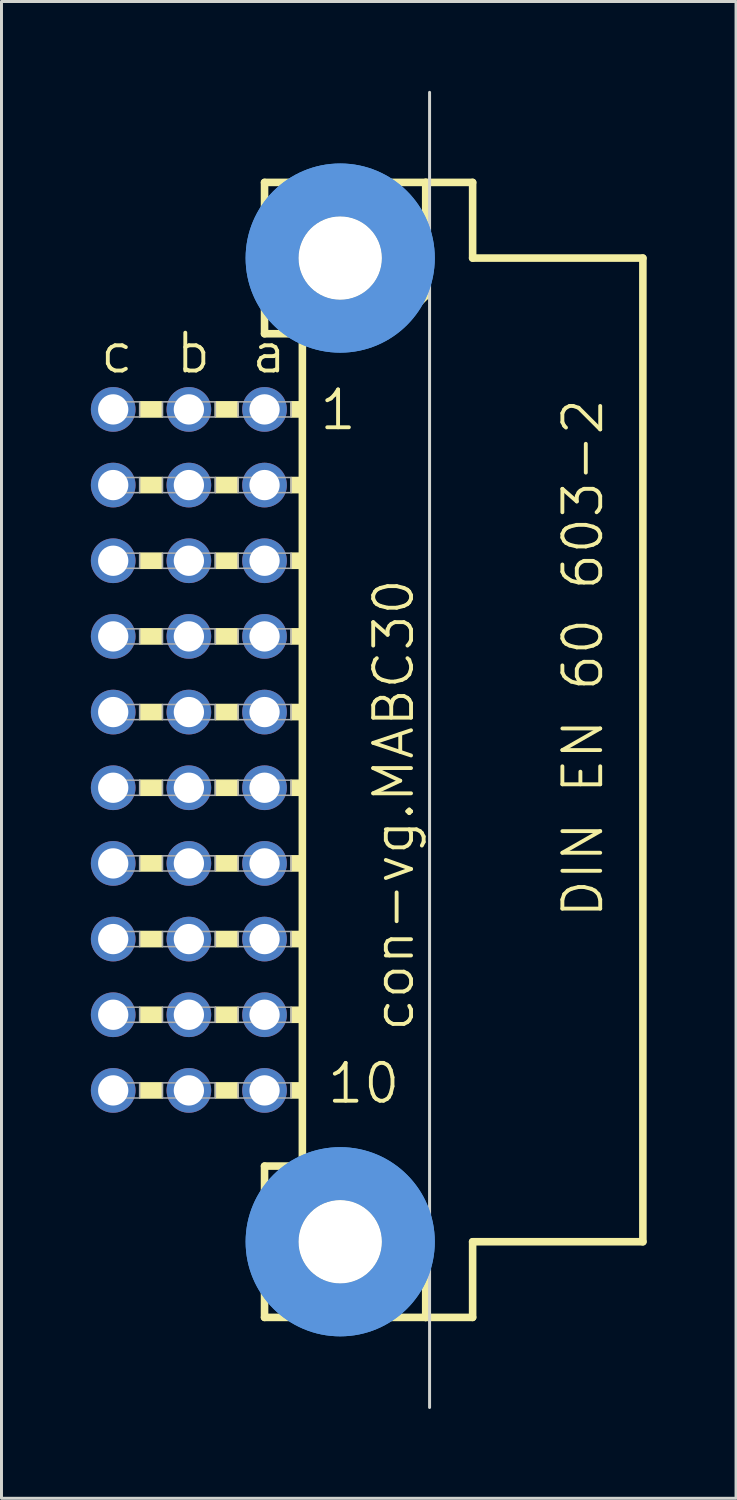
<source format=kicad_pcb>
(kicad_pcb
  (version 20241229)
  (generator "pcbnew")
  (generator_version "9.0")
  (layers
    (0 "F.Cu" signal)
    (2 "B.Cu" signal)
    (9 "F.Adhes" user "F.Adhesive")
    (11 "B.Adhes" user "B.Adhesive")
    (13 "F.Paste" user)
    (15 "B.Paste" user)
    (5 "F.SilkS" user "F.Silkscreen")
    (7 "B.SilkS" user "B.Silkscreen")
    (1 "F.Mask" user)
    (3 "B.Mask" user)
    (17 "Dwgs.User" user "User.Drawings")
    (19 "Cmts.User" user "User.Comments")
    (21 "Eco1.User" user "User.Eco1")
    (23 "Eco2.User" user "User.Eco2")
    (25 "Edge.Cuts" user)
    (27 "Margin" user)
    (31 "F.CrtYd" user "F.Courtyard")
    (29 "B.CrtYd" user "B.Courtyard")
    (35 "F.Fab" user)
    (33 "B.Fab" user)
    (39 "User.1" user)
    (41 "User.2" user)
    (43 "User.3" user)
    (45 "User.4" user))
  (footprint "con-vg.MABC30"
    (layer "F.Cu")
    (at 5.83 22.123)
    (property "Reference" "con-vg.MABC30" (at 5.08 9.525 90) (layer "F.SilkS") (effects (font (size 1.27 1.27) (thickness 0.13)) (justify left bottom)))
    (attr through_hole)
    (fp_line (start 0 -19.05) (end 0 -13.97) (stroke (width 0.254) (type default)) (layer "F.SilkS"))
    (fp_line (start 0 -13.97) (end 1.27 -13.97) (stroke (width 0.254) (type default)) (layer "F.SilkS"))
    (fp_line (start 0 13.97) (end 0 19.05) (stroke (width 0.254) (type default)) (layer "F.SilkS"))
    (fp_line (start 0 13.97) (end 3.81 13.97) (stroke (width 0.254) (type default)) (layer "F.SilkS"))
    (fp_line (start 0 19.05) (end 5.41 19.05) (stroke (width 0.254) (type default)) (layer "F.SilkS"))
    (fp_line (start 1.27 -13.97) (end 1.27 13.843) (stroke (width 0.254) (type default)) (layer "F.SilkS"))
    (fp_line (start 1.27 -13.97) (end 4.14 -13.97) (stroke (width 0.254) (type default)) (layer "F.SilkS"))
    (fp_line (start 4.14 -13.97) (end 5.41 -15.24) (stroke (width 0.254) (type default)) (layer "F.SilkS"))
    (fp_line (start 5.41 -19.05) (end 0 -19.05) (stroke (width 0.254) (type default)) (layer "F.SilkS"))
    (fp_line (start 5.41 -15.24) (end 5.41 -19.05) (stroke (width 0.254) (type default)) (layer "F.SilkS"))
    (fp_line (start 5.41 15.57) (end 3.81 13.97) (stroke (width 0.254) (type default)) (layer "F.SilkS"))
    (fp_line (start 5.41 15.57) (end 5.41 19.05) (stroke (width 0.254) (type default)) (layer "F.SilkS"))
    (fp_line (start 5.41 19.05) (end 6.985 19.05) (stroke (width 0.254) (type default)) (layer "F.SilkS"))
    (fp_line (start 5.54 -15.875) (end 5.54 15.875) (stroke (width 0.051) (type default)) (layer "F.SilkS"))
    (fp_line (start 6.985 -19.05) (end 5.41 -19.05) (stroke (width 0.254) (type default)) (layer "F.SilkS"))
    (fp_line (start 6.985 -16.51) (end 6.985 -19.05) (stroke (width 0.254) (type default)) (layer "F.SilkS"))
    (fp_line (start 6.985 16.51) (end 12.7 16.51) (stroke (width 0.254) (type default)) (layer "F.SilkS"))
    (fp_line (start 6.985 19.05) (end 6.985 16.51) (stroke (width 0.254) (type default)) (layer "F.SilkS"))
    (fp_line (start 12.7 -16.51) (end 6.985 -16.51) (stroke (width 0.254) (type default)) (layer "F.SilkS"))
    (fp_line (start 12.7 16.51) (end 12.7 -16.51) (stroke (width 0.254) (type default)) (layer "F.SilkS"))
    (fp_rect (start -4.191 -11.176) (end -3.429 -11.684) (stroke (width 0.05) (type default)) (fill yes) (layer "F.SilkS"))
    (fp_rect (start -4.191 -8.636) (end -3.429 -9.144) (stroke (width 0.05) (type default)) (fill yes) (layer "F.SilkS"))
    (fp_rect (start -4.191 -6.096) (end -3.429 -6.604) (stroke (width 0.05) (type default)) (fill yes) (layer "F.SilkS"))
    (fp_rect (start -4.191 -3.556) (end -3.429 -4.064) (stroke (width 0.05) (type default)) (fill yes) (layer "F.SilkS"))
    (fp_rect (start -4.191 -1.016) (end -3.429 -1.524) (stroke (width 0.05) (type default)) (fill yes) (layer "F.SilkS"))
    (fp_rect (start -4.191 1.524) (end -3.429 1.016) (stroke (width 0.05) (type default)) (fill yes) (layer "F.SilkS"))
    (fp_rect (start -4.191 4.064) (end -3.429 3.556) (stroke (width 0.05) (type default)) (fill yes) (layer "F.SilkS"))
    (fp_rect (start -4.191 6.604) (end -3.429 6.096) (stroke (width 0.05) (type default)) (fill yes) (layer "F.SilkS"))
    (fp_rect (start -4.191 9.144) (end -3.429 8.636) (stroke (width 0.05) (type default)) (fill yes) (layer "F.SilkS"))
    (fp_rect (start -4.191 11.684) (end -3.429 11.176) (stroke (width 0.05) (type default)) (fill yes) (layer "F.SilkS"))
    (fp_rect (start -1.651 -11.176) (end -0.889 -11.684) (stroke (width 0.05) (type default)) (fill yes) (layer "F.SilkS"))
    (fp_rect (start -1.651 -8.636) (end -0.889 -9.144) (stroke (width 0.05) (type default)) (fill yes) (layer "F.SilkS"))
    (fp_rect (start -1.651 -6.096) (end -0.889 -6.604) (stroke (width 0.05) (type default)) (fill yes) (layer "F.SilkS"))
    (fp_rect (start -1.651 -3.556) (end -0.889 -4.064) (stroke (width 0.05) (type default)) (fill yes) (layer "F.SilkS"))
    (fp_rect (start -1.651 -1.016) (end -0.889 -1.524) (stroke (width 0.05) (type default)) (fill yes) (layer "F.SilkS"))
    (fp_rect (start -1.651 1.524) (end -0.889 1.016) (stroke (width 0.05) (type default)) (fill yes) (layer "F.SilkS"))
    (fp_rect (start -1.651 4.064) (end -0.889 3.556) (stroke (width 0.05) (type default)) (fill yes) (layer "F.SilkS"))
    (fp_rect (start -1.651 6.604) (end -0.889 6.096) (stroke (width 0.05) (type default)) (fill yes) (layer "F.SilkS"))
    (fp_rect (start -1.651 9.144) (end -0.889 8.636) (stroke (width 0.05) (type default)) (fill yes) (layer "F.SilkS"))
    (fp_rect (start -1.651 11.684) (end -0.889 11.176) (stroke (width 0.05) (type default)) (fill yes) (layer "F.SilkS"))
    (fp_rect (start 0.889 -11.176) (end 1.27 -11.684) (stroke (width 0.05) (type default)) (fill yes) (layer "F.SilkS"))
    (fp_rect (start 0.889 -8.636) (end 1.27 -9.144) (stroke (width 0.05) (type default)) (fill yes) (layer "F.SilkS"))
    (fp_rect (start 0.889 -6.096) (end 1.27 -6.604) (stroke (width 0.05) (type default)) (fill yes) (layer "F.SilkS"))
    (fp_rect (start 0.889 -3.556) (end 1.27 -4.064) (stroke (width 0.05) (type default)) (fill yes) (layer "F.SilkS"))
    (fp_rect (start 0.889 -1.016) (end 1.27 -1.524) (stroke (width 0.05) (type default)) (fill yes) (layer "F.SilkS"))
    (fp_rect (start 0.889 1.524) (end 1.27 1.016) (stroke (width 0.05) (type default)) (fill yes) (layer "F.SilkS"))
    (fp_rect (start 0.889 4.064) (end 1.27 3.556) (stroke (width 0.05) (type default)) (fill yes) (layer "F.SilkS"))
    (fp_rect (start 0.889 6.604) (end 1.27 6.096) (stroke (width 0.05) (type default)) (fill yes) (layer "F.SilkS"))
    (fp_rect (start 0.889 9.144) (end 1.27 8.636) (stroke (width 0.05) (type default)) (fill yes) (layer "F.SilkS"))
    (fp_rect (start 0.889 11.684) (end 1.27 11.176) (stroke (width 0.05) (type default)) (fill yes) (layer "F.SilkS"))
    (fp_circle (center 2.54 -16.51) (end 3.81 -16.51) (stroke (width 0.254) (type default)) (fill no) (layer "F.SilkS"))
    (fp_circle (center 2.54 16.51) (end 3.81 16.51) (stroke (width 0.254) (type default)) (fill no) (layer "F.SilkS"))
    (fp_circle (center 2.54 -16.51) (end 4.826 -16.51) (stroke (width 1.778) (type default)) (fill no) (layer "Cmts.User"))
    (fp_circle (center 2.54 -16.51) (end 4.826 -16.51) (stroke (width 1.778) (type default)) (fill no) (layer "Cmts.User"))
    (fp_circle (center 2.54 16.51) (end 4.826 16.51) (stroke (width 1.778) (type default)) (fill no) (layer "Cmts.User"))
    (fp_circle (center 2.54 16.51) (end 4.826 16.51) (stroke (width 1.778) (type default)) (fill no) (layer "Cmts.User"))
    (fp_line (start 5.54 22.073) (end 5.54 -22.073) (stroke (width 0.1) (type default)) (layer "Edge.Cuts"))
    (fp_rect (start -5.334 -11.176) (end -4.191 -11.684) (stroke (width 0.05) (type default)) (fill no) (layer "F.Fab"))
    (fp_rect (start -5.334 -8.636) (end -4.191 -9.144) (stroke (width 0.05) (type default)) (fill no) (layer "F.Fab"))
    (fp_rect (start -5.334 -6.096) (end -4.191 -6.604) (stroke (width 0.05) (type default)) (fill no) (layer "F.Fab"))
    (fp_rect (start -5.334 -3.556) (end -4.191 -4.064) (stroke (width 0.05) (type default)) (fill no) (layer "F.Fab"))
    (fp_rect (start -5.334 -1.016) (end -4.191 -1.524) (stroke (width 0.05) (type default)) (fill no) (layer "F.Fab"))
    (fp_rect (start -5.334 1.524) (end -4.191 1.016) (stroke (width 0.05) (type default)) (fill no) (layer "F.Fab"))
    (fp_rect (start -5.334 4.064) (end -4.191 3.556) (stroke (width 0.05) (type default)) (fill no) (layer "F.Fab"))
    (fp_rect (start -5.334 6.604) (end -4.191 6.096) (stroke (width 0.05) (type default)) (fill no) (layer "F.Fab"))
    (fp_rect (start -5.334 9.144) (end -4.191 8.636) (stroke (width 0.05) (type default)) (fill no) (layer "F.Fab"))
    (fp_rect (start -5.334 11.684) (end -4.191 11.176) (stroke (width 0.05) (type default)) (fill no) (layer "F.Fab"))
    (fp_rect (start -3.429 -11.176) (end -1.651 -11.684) (stroke (width 0.05) (type default)) (fill no) (layer "F.Fab"))
    (fp_rect (start -3.429 -8.636) (end -1.651 -9.144) (stroke (width 0.05) (type default)) (fill no) (layer "F.Fab"))
    (fp_rect (start -3.429 -6.096) (end -1.651 -6.604) (stroke (width 0.05) (type default)) (fill no) (layer "F.Fab"))
    (fp_rect (start -3.429 -3.556) (end -1.651 -4.064) (stroke (width 0.05) (type default)) (fill no) (layer "F.Fab"))
    (fp_rect (start -3.429 -1.016) (end -1.651 -1.524) (stroke (width 0.05) (type default)) (fill no) (layer "F.Fab"))
    (fp_rect (start -3.429 1.524) (end -1.651 1.016) (stroke (width 0.05) (type default)) (fill no) (layer "F.Fab"))
    (fp_rect (start -3.429 4.064) (end -1.651 3.556) (stroke (width 0.05) (type default)) (fill no) (layer "F.Fab"))
    (fp_rect (start -3.429 6.604) (end -1.651 6.096) (stroke (width 0.05) (type default)) (fill no) (layer "F.Fab"))
    (fp_rect (start -3.429 9.144) (end -1.651 8.636) (stroke (width 0.05) (type default)) (fill no) (layer "F.Fab"))
    (fp_rect (start -3.429 11.684) (end -1.651 11.176) (stroke (width 0.05) (type default)) (fill no) (layer "F.Fab"))
    (fp_rect (start -0.889 -11.176) (end 0.889 -11.684) (stroke (width 0.05) (type default)) (fill no) (layer "F.Fab"))
    (fp_rect (start -0.889 -8.636) (end 0.889 -9.144) (stroke (width 0.05) (type default)) (fill no) (layer "F.Fab"))
    (fp_rect (start -0.889 -6.096) (end 0.889 -6.604) (stroke (width 0.05) (type default)) (fill no) (layer "F.Fab"))
    (fp_rect (start -0.889 -3.556) (end 0.889 -4.064) (stroke (width 0.05) (type default)) (fill no) (layer "F.Fab"))
    (fp_rect (start -0.889 -1.016) (end 0.889 -1.524) (stroke (width 0.05) (type default)) (fill no) (layer "F.Fab"))
    (fp_rect (start -0.889 1.524) (end 0.889 1.016) (stroke (width 0.05) (type default)) (fill no) (layer "F.Fab"))
    (fp_rect (start -0.889 4.064) (end 0.889 3.556) (stroke (width 0.05) (type default)) (fill no) (layer "F.Fab"))
    (fp_rect (start -0.889 6.604) (end 0.889 6.096) (stroke (width 0.05) (type default)) (fill no) (layer "F.Fab"))
    (fp_rect (start -0.889 9.144) (end 0.889 8.636) (stroke (width 0.05) (type default)) (fill no) (layer "F.Fab"))
    (fp_rect (start -0.889 11.684) (end 0.889 11.176) (stroke (width 0.05) (type default)) (fill no) (layer "F.Fab"))
    (fp_text user "c" (at -5.588 -12.573 0) (layer "F.SilkS") (effects (font (size 1.27 1.27) (thickness 0.13)) (justify left bottom)))
    (fp_text user "DIN EN 60 603-2" (at 11.43 5.715 90) (layer "F.SilkS") (effects (font (size 1.27 1.27) (thickness 0.13)) (justify left bottom)))
    (fp_text user "1" (at 1.778 -10.668 0) (layer "F.SilkS") (effects (font (size 1.27 1.27) (thickness 0.13)) (justify left bottom)))
    (fp_text user "a" (at -0.508 -12.573 0) (layer "F.SilkS") (effects (font (size 1.27 1.27) (thickness 0.13)) (justify left bottom)))
    (fp_text user "10" (at 2.032 11.938 0) (layer "F.SilkS") (effects (font (size 1.27 1.27) (thickness 0.13)) (justify left bottom)))
    (fp_text user "b" (at -3.048 -12.573 0) (layer "F.SilkS") (effects (font (size 1.27 1.27) (thickness 0.13)) (justify left bottom)))
    (pad "" np_thru_hole circle (at 2.54 -16.51) (size 2.794 2.794) (drill 2.794) (layers "*.Cu" "*.Mask"))
    (pad "" np_thru_hole circle (at 2.54 16.51) (size 2.794 2.794) (drill 2.794) (layers "*.Cu" "*.Mask"))
    (pad "A1" thru_hole circle (at 0 -11.43) (size 1.5 1.5) (drill 1.016) (layers "*.Cu" "*.Mask"))
    (pad "A2" thru_hole circle (at 0 -8.89) (size 1.5 1.5) (drill 1.016) (layers "*.Cu" "*.Mask"))
    (pad "A3" thru_hole circle (at 0 -6.35) (size 1.5 1.5) (drill 1.016) (layers "*.Cu" "*.Mask"))
    (pad "A4" thru_hole circle (at 0 -3.81) (size 1.5 1.5) (drill 1.016) (layers "*.Cu" "*.Mask"))
    (pad "A5" thru_hole circle (at 0 -1.27) (size 1.5 1.5) (drill 1.016) (layers "*.Cu" "*.Mask"))
    (pad "A6" thru_hole circle (at 0 1.27) (size 1.5 1.5) (drill 1.016) (layers "*.Cu" "*.Mask"))
    (pad "A7" thru_hole circle (at 0 3.81) (size 1.5 1.5) (drill 1.016) (layers "*.Cu" "*.Mask"))
    (pad "A8" thru_hole circle (at 0 6.35) (size 1.5 1.5) (drill 1.016) (layers "*.Cu" "*.Mask"))
    (pad "A9" thru_hole circle (at 0 8.89) (size 1.5 1.5) (drill 1.016) (layers "*.Cu" "*.Mask"))
    (pad "A10" thru_hole circle (at 0 11.43) (size 1.5 1.5) (drill 1.016) (layers "*.Cu" "*.Mask"))
    (pad "B1" thru_hole circle (at -2.54 -11.43) (size 1.5 1.5) (drill 1.016) (layers "*.Cu" "*.Mask"))
    (pad "B2" thru_hole circle (at -2.54 -8.89) (size 1.5 1.5) (drill 1.016) (layers "*.Cu" "*.Mask"))
    (pad "B3" thru_hole circle (at -2.54 -6.35) (size 1.5 1.5) (drill 1.016) (layers "*.Cu" "*.Mask"))
    (pad "B4" thru_hole circle (at -2.54 -3.81) (size 1.5 1.5) (drill 1.016) (layers "*.Cu" "*.Mask"))
    (pad "B5" thru_hole circle (at -2.54 -1.27) (size 1.5 1.5) (drill 1.016) (layers "*.Cu" "*.Mask"))
    (pad "B6" thru_hole circle (at -2.54 1.27) (size 1.5 1.5) (drill 1.016) (layers "*.Cu" "*.Mask"))
    (pad "B7" thru_hole circle (at -2.54 3.81) (size 1.5 1.5) (drill 1.016) (layers "*.Cu" "*.Mask"))
    (pad "B8" thru_hole circle (at -2.54 6.35) (size 1.5 1.5) (drill 1.016) (layers "*.Cu" "*.Mask"))
    (pad "B9" thru_hole circle (at -2.54 8.89) (size 1.5 1.5) (drill 1.016) (layers "*.Cu" "*.Mask"))
    (pad "B10" thru_hole circle (at -2.54 11.43) (size 1.5 1.5) (drill 1.016) (layers "*.Cu" "*.Mask"))
    (pad "C1" thru_hole circle (at -5.08 -11.43) (size 1.5 1.5) (drill 1.016) (layers "*.Cu" "*.Mask"))
    (pad "C2" thru_hole circle (at -5.08 -8.89) (size 1.5 1.5) (drill 1.016) (layers "*.Cu" "*.Mask"))
    (pad "C3" thru_hole circle (at -5.08 -6.35) (size 1.5 1.5) (drill 1.016) (layers "*.Cu" "*.Mask"))
    (pad "C4" thru_hole circle (at -5.08 -3.81) (size 1.5 1.5) (drill 1.016) (layers "*.Cu" "*.Mask"))
    (pad "C5" thru_hole circle (at -5.08 -1.27) (size 1.5 1.5) (drill 1.016) (layers "*.Cu" "*.Mask"))
    (pad "C6" thru_hole circle (at -5.08 1.27) (size 1.5 1.5) (drill 1.016) (layers "*.Cu" "*.Mask"))
    (pad "C7" thru_hole circle (at -5.08 3.81) (size 1.5 1.5) (drill 1.016) (layers "*.Cu" "*.Mask"))
    (pad "C8" thru_hole circle (at -5.08 6.35) (size 1.5 1.5) (drill 1.016) (layers "*.Cu" "*.Mask"))
    (pad "C9" thru_hole circle (at -5.08 8.89) (size 1.5 1.5) (drill 1.016) (layers "*.Cu" "*.Mask"))
    (pad "C10" thru_hole circle (at -5.08 11.43) (size 1.5 1.5) (drill 1.016) (layers "*.Cu" "*.Mask")))
  (gr_rect
    (start -3 -3)
    (end 21.657 47.245)
    (stroke (width 0.1) (type default))
    (fill no)
    (layer "Edge.Cuts")))
</source>
